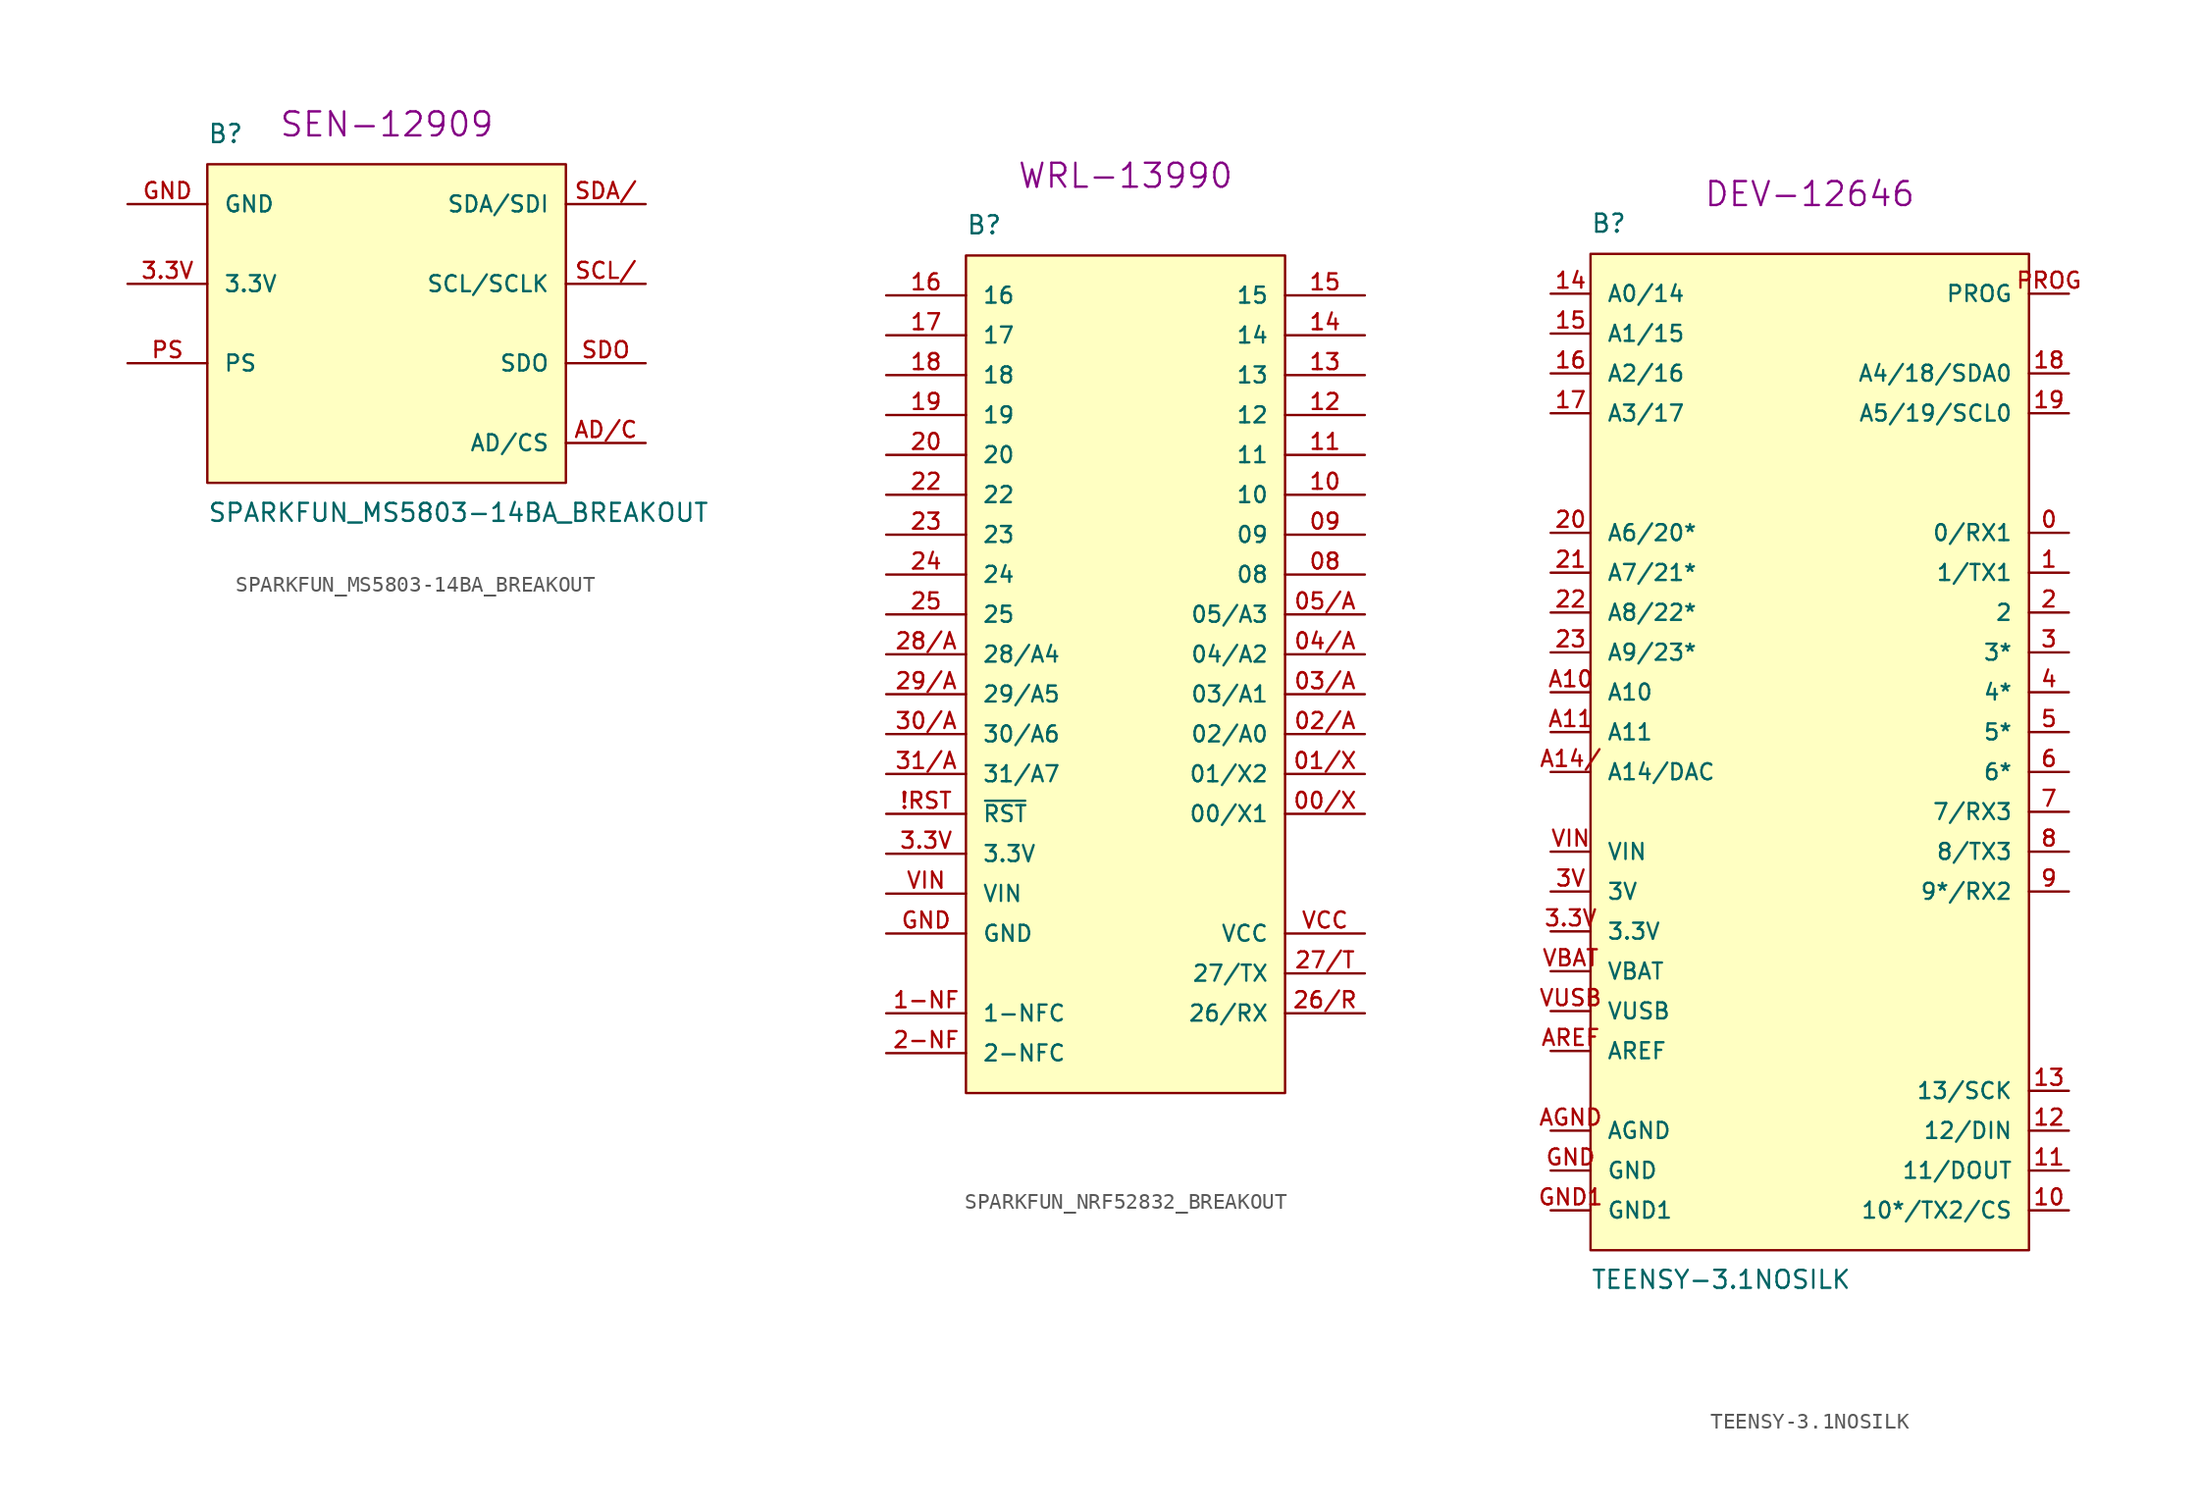
<source format=kicad_sym>
(kicad_symbol_lib
  (version 20201005)
  (generator kicad_symbol_editor)
  (symbol "SPARKFUN_MS5803-14BA_BREAKOUT"
    (pin_names
      (offset 1.016))
    (property "Reference" "B"
      (at -11.43 11.43 0)
      (effects (font (size 1.143 1.143)) (justify left bottom)))
    (property "Value" "SPARKFUN_MS5803-14BA_BREAKOUT"
      (at -11.43 -12.7 0)
      (effects (font (size 1.143 1.143)) (justify left bottom)))
    (property "Field4" "SEN-12909"
      (at 0 12.7 0)
      (effects (font (size 1.524 1.524))))
    (property "ki_locked" ""
      (at 0 0 0)
      (effects (font (size 1.27 1.27))))
    (symbol "SPARKFUN_MS5803-14BA_BREAKOUT_1_1"
      (polyline (pts (xy -11.43 10.16) (xy -11.43 -10.135) (xy 11.405 -10.135) (xy 11.405 10.16) (xy -11.43 10.16)) (stroke (width 0)) (fill (type background)))
      (pin bidirectional line (at -16.51 -2.515 0) (length 5.08) (name "PS" (effects (font (size 1.016 1.016)))) (number "PS" (effects (font (size 1.016 1.016)))))
      (pin bidirectional line (at -16.51 7.62 0) (length 5.08) (name "GND" (effects (font (size 1.016 1.016)))) (number "GND" (effects (font (size 1.016 1.016)))))
      (pin bidirectional line (at 16.485 -2.515 180) (length 5.08) (name "SDO" (effects (font (size 1.016 1.016)))) (number "SDO" (effects (font (size 1.016 1.016)))))
      (pin bidirectional line (at 16.485 7.62 180) (length 5.08) (name "SDA/SDI" (effects (font (size 1.016 1.016)))) (number "SDA/" (effects (font (size 1.016 1.016)))))
      (pin bidirectional line (at 16.485 2.54 180) (length 5.08) (name "SCL/SCLK" (effects (font (size 1.016 1.016)))) (number "SCL/" (effects (font (size 1.016 1.016)))))
      (pin bidirectional line (at 16.485 -7.595 180) (length 5.08) (name "AD/CS" (effects (font (size 1.016 1.016)))) (number "AD/C" (effects (font (size 1.016 1.016)))))
      (pin bidirectional line (at -16.51 2.54 0) (length 5.08) (name "3.3V" (effects (font (size 1.016 1.016)))) (number "3.3V" (effects (font (size 1.016 1.016)))))))
  (symbol "SPARKFUN_NRF52832_BREAKOUT"
    (pin_names
      (offset 1.016))
    (property "Reference" "B"
      (at -10.16 29.21 0)
      (effects (font (size 1.143 1.143)) (justify left bottom)))
    (property "Field4" "WRL-13990"
      (at 0 33.02 0)
      (effects (font (size 1.524 1.524))))
    (property "ki_locked" ""
      (at 0 0 0)
      (effects (font (size 1.27 1.27))))
    (symbol "SPARKFUN_NRF52832_BREAKOUT_1_1"
      (polyline (pts (xy -10.16 27.94) (xy -10.16 -25.4) (xy 10.16 -25.4) (xy 10.16 27.94) (xy -10.16 27.94)) (stroke (width 0)) (fill (type background)))
      (pin bidirectional line (at 15.24 12.7 180) (length 5.08) (name "10" (effects (font (size 1.016 1.016)))) (number "10" (effects (font (size 1.016 1.016)))))
      (pin bidirectional line (at -15.24 15.24 0) (length 5.08) (name "20" (effects (font (size 1.016 1.016)))) (number "20" (effects (font (size 1.016 1.016)))))
      (pin bidirectional line (at 15.24 15.24 180) (length 5.08) (name "11" (effects (font (size 1.016 1.016)))) (number "11" (effects (font (size 1.016 1.016)))))
      (pin bidirectional line (at 15.24 17.78 180) (length 5.08) (name "12" (effects (font (size 1.016 1.016)))) (number "12" (effects (font (size 1.016 1.016)))))
      (pin bidirectional line (at -15.24 12.7 0) (length 5.08) (name "22" (effects (font (size 1.016 1.016)))) (number "22" (effects (font (size 1.016 1.016)))))
      (pin bidirectional line (at 15.24 20.32 180) (length 5.08) (name "13" (effects (font (size 1.016 1.016)))) (number "13" (effects (font (size 1.016 1.016)))))
      (pin bidirectional line (at -15.24 10.16 0) (length 5.08) (name "23" (effects (font (size 1.016 1.016)))) (number "23" (effects (font (size 1.016 1.016)))))
      (pin bidirectional line (at 15.24 22.86 180) (length 5.08) (name "14" (effects (font (size 1.016 1.016)))) (number "14" (effects (font (size 1.016 1.016)))))
      (pin bidirectional line (at -15.24 7.62 0) (length 5.08) (name "24" (effects (font (size 1.016 1.016)))) (number "24" (effects (font (size 1.016 1.016)))))
      (pin bidirectional line (at 15.24 25.4 180) (length 5.08) (name "15" (effects (font (size 1.016 1.016)))) (number "15" (effects (font (size 1.016 1.016)))))
      (pin bidirectional line (at -15.24 5.08 0) (length 5.08) (name "25" (effects (font (size 1.016 1.016)))) (number "25" (effects (font (size 1.016 1.016)))))
      (pin bidirectional line (at -15.24 25.4 0) (length 5.08) (name "16" (effects (font (size 1.016 1.016)))) (number "16" (effects (font (size 1.016 1.016)))))
      (pin bidirectional line (at -15.24 22.86 0) (length 5.08) (name "17" (effects (font (size 1.016 1.016)))) (number "17" (effects (font (size 1.016 1.016)))))
      (pin bidirectional line (at 15.24 7.62 180) (length 5.08) (name "08" (effects (font (size 1.016 1.016)))) (number "08" (effects (font (size 1.016 1.016)))))
      (pin bidirectional line (at -15.24 20.32 0) (length 5.08) (name "18" (effects (font (size 1.016 1.016)))) (number "18" (effects (font (size 1.016 1.016)))))
      (pin bidirectional line (at 15.24 10.16 180) (length 5.08) (name "09" (effects (font (size 1.016 1.016)))) (number "09" (effects (font (size 1.016 1.016)))))
      (pin bidirectional line (at -15.24 17.78 0) (length 5.08) (name "19" (effects (font (size 1.016 1.016)))) (number "19" (effects (font (size 1.016 1.016)))))
      (pin bidirectional line (at 15.24 -15.24 180) (length 5.08) (name "VCC" (effects (font (size 1.016 1.016)))) (number "VCC" (effects (font (size 1.016 1.016)))))
      (pin bidirectional line (at -15.24 -15.24 0) (length 5.08) (name "GND" (effects (font (size 1.016 1.016)))) (number "GND" (effects (font (size 1.016 1.016)))))
      (pin bidirectional line (at -15.24 -12.7 0) (length 5.08) (name "VIN" (effects (font (size 1.016 1.016)))) (number "VIN" (effects (font (size 1.016 1.016)))))
      (pin bidirectional line (at -15.24 -15.24 0) (length 5.08) hide (name "GND" (effects (font (size 1.016 1.016)))) (number "GND1" (effects (font (size 1.016 1.016)))))
      (pin bidirectional line (at -15.24 -12.7 0) (length 5.08) hide (name "VIN" (effects (font (size 1.016 1.016)))) (number "VIN1" (effects (font (size 1.016 1.016)))))
      (pin bidirectional line (at -15.24 -15.24 0) (length 5.08) hide (name "GND" (effects (font (size 1.016 1.016)))) (number "GND2" (effects (font (size 1.016 1.016)))))
      (pin bidirectional line (at -15.24 -2.54 0) (length 5.08) (name "30/A6" (effects (font (size 1.016 1.016)))) (number "30/A" (effects (font (size 1.016 1.016)))))
      (pin bidirectional line (at -15.24 -5.08 0) (length 5.08) (name "31/A7" (effects (font (size 1.016 1.016)))) (number "31/A" (effects (font (size 1.016 1.016)))))
      (pin bidirectional line (at 15.24 -2.54 180) (length 5.08) (name "02/A0" (effects (font (size 1.016 1.016)))) (number "02/A" (effects (font (size 1.016 1.016)))))
      (pin bidirectional line (at 15.24 0 180) (length 5.08) (name "03/A1" (effects (font (size 1.016 1.016)))) (number "03/A" (effects (font (size 1.016 1.016)))))
      (pin bidirectional line (at 15.24 2.54 180) (length 5.08) (name "04/A2" (effects (font (size 1.016 1.016)))) (number "04/A" (effects (font (size 1.016 1.016)))))
      (pin bidirectional line (at 15.24 5.08 180) (length 5.08) (name "05/A3" (effects (font (size 1.016 1.016)))) (number "05/A" (effects (font (size 1.016 1.016)))))
      (pin bidirectional line (at -15.24 2.54 0) (length 5.08) (name "28/A4" (effects (font (size 1.016 1.016)))) (number "28/A" (effects (font (size 1.016 1.016)))))
      (pin bidirectional line (at -15.24 0 0) (length 5.08) (name "29/A5" (effects (font (size 1.016 1.016)))) (number "29/A" (effects (font (size 1.016 1.016)))))
      (pin bidirectional line (at -15.24 -20.32 0) (length 5.08) (name "1-NFC" (effects (font (size 1.016 1.016)))) (number "1-NF" (effects (font (size 1.016 1.016)))))
      (pin bidirectional line (at -15.24 -22.86 0) (length 5.08) (name "2-NFC" (effects (font (size 1.016 1.016)))) (number "2-NF" (effects (font (size 1.016 1.016)))))
      (pin bidirectional line (at 15.24 -20.32 180) (length 5.08) (name "26/RX" (effects (font (size 1.016 1.016)))) (number "26/R" (effects (font (size 1.016 1.016)))))
      (pin bidirectional line (at 15.24 -17.78 180) (length 5.08) (name "27/TX" (effects (font (size 1.016 1.016)))) (number "27/T" (effects (font (size 1.016 1.016)))))
      (pin bidirectional line (at -15.24 -7.62 0) (length 5.08) (name "~RST" (effects (font (size 1.016 1.016)))) (number "!RST" (effects (font (size 1.016 1.016)))))
      (pin bidirectional line (at -15.24 -10.16 0) (length 5.08) (name "3.3V" (effects (font (size 1.016 1.016)))) (number "3.3V" (effects (font (size 1.016 1.016)))))
      (pin bidirectional line (at -15.24 -10.16 0) (length 5.08) hide (name "3.3V" (effects (font (size 1.016 1.016)))) (number "3.3V" (effects (font (size 1.016 1.016)))))
      (pin bidirectional line (at 15.24 -7.62 180) (length 5.08) (name "00/X1" (effects (font (size 1.016 1.016)))) (number "00/X" (effects (font (size 1.016 1.016)))))
      (pin bidirectional line (at 15.24 -5.08 180) (length 5.08) (name "01/X2" (effects (font (size 1.016 1.016)))) (number "01/X" (effects (font (size 1.016 1.016)))))))
  (symbol "TEENSY-3.1NOSILK"
    (pin_names
      (offset 1.016))
    (property "Reference" "B"
      (at -13.97 31.75 0)
      (effects (font (size 1.143 1.143)) (justify left bottom)))
    (property "Value" "TEENSY-3.1NOSILK"
      (at -13.97 -35.56 0)
      (effects (font (size 1.143 1.143)) (justify left bottom)))
    (property "Field4" "DEV-12646"
      (at 0 34.29 0)
      (effects (font (size 1.524 1.524))))
    (property "ki_locked" ""
      (at 0 0 0)
      (effects (font (size 1.27 1.27))))
    (symbol "TEENSY-3.1NOSILK_1_1"
      (polyline (pts (xy -13.97 -33.02) (xy -13.97 30.48) (xy 13.97 30.48) (xy 13.97 -33.02) (xy -13.97 -33.02)) (stroke (width 0)) (fill (type background)))
      (pin bidirectional line (at 16.51 12.7 180) (length 2.54) (name "0/RX1" (effects (font (size 1.016 1.016)))) (number "0" (effects (font (size 1.016 1.016)))))
      (pin bidirectional line (at 16.51 10.16 180) (length 2.54) (name "1/TX1" (effects (font (size 1.016 1.016)))) (number "1" (effects (font (size 1.016 1.016)))))
      (pin bidirectional line (at 16.51 7.62 180) (length 2.54) (name "2" (effects (font (size 1.016 1.016)))) (number "2" (effects (font (size 1.016 1.016)))))
      (pin bidirectional line (at 16.51 5.08 180) (length 2.54) (name "3*" (effects (font (size 1.016 1.016)))) (number "3" (effects (font (size 1.016 1.016)))))
      (pin bidirectional line (at 16.51 2.54 180) (length 2.54) (name "4*" (effects (font (size 1.016 1.016)))) (number "4" (effects (font (size 1.016 1.016)))))
      (pin bidirectional line (at 16.51 0 180) (length 2.54) (name "5*" (effects (font (size 1.016 1.016)))) (number "5" (effects (font (size 1.016 1.016)))))
      (pin bidirectional line (at 16.51 -2.54 180) (length 2.54) (name "6*" (effects (font (size 1.016 1.016)))) (number "6" (effects (font (size 1.016 1.016)))))
      (pin bidirectional line (at 16.51 -5.08 180) (length 2.54) (name "7/RX3" (effects (font (size 1.016 1.016)))) (number "7" (effects (font (size 1.016 1.016)))))
      (pin bidirectional line (at 16.51 -7.62 180) (length 2.54) (name "8/TX3" (effects (font (size 1.016 1.016)))) (number "8" (effects (font (size 1.016 1.016)))))
      (pin bidirectional line (at 16.51 -10.16 180) (length 2.54) (name "9*/RX2" (effects (font (size 1.016 1.016)))) (number "9" (effects (font (size 1.016 1.016)))))
      (pin bidirectional line (at 16.51 -30.48 180) (length 2.54) (name "10*/TX2/CS" (effects (font (size 1.016 1.016)))) (number "10" (effects (font (size 1.016 1.016)))))
      (pin bidirectional line (at -16.51 12.7 0) (length 2.54) (name "A6/20*" (effects (font (size 1.016 1.016)))) (number "20" (effects (font (size 1.016 1.016)))))
      (pin bidirectional line (at 16.51 -27.94 180) (length 2.54) (name "11/DOUT" (effects (font (size 1.016 1.016)))) (number "11" (effects (font (size 1.016 1.016)))))
      (pin bidirectional line (at -16.51 10.16 0) (length 2.54) (name "A7/21*" (effects (font (size 1.016 1.016)))) (number "21" (effects (font (size 1.016 1.016)))))
      (pin bidirectional line (at 16.51 -25.4 180) (length 2.54) (name "12/DIN" (effects (font (size 1.016 1.016)))) (number "12" (effects (font (size 1.016 1.016)))))
      (pin bidirectional line (at -16.51 7.62 0) (length 2.54) (name "A8/22*" (effects (font (size 1.016 1.016)))) (number "22" (effects (font (size 1.016 1.016)))))
      (pin bidirectional line (at 16.51 -22.86 180) (length 2.54) (name "13/SCK" (effects (font (size 1.016 1.016)))) (number "13" (effects (font (size 1.016 1.016)))))
      (pin bidirectional line (at -16.51 5.08 0) (length 2.54) (name "A9/23*" (effects (font (size 1.016 1.016)))) (number "23" (effects (font (size 1.016 1.016)))))
      (pin bidirectional line (at -16.51 27.94 0) (length 2.54) (name "A0/14" (effects (font (size 1.016 1.016)))) (number "14" (effects (font (size 1.016 1.016)))))
      (pin bidirectional line (at -16.51 25.4 0) (length 2.54) (name "A1/15" (effects (font (size 1.016 1.016)))) (number "15" (effects (font (size 1.016 1.016)))))
      (pin bidirectional line (at -16.51 22.86 0) (length 2.54) (name "A2/16" (effects (font (size 1.016 1.016)))) (number "16" (effects (font (size 1.016 1.016)))))
      (pin bidirectional line (at -16.51 20.32 0) (length 2.54) (name "A3/17" (effects (font (size 1.016 1.016)))) (number "17" (effects (font (size 1.016 1.016)))))
      (pin bidirectional line (at 16.51 22.86 180) (length 2.54) (name "A4/18/SDA0" (effects (font (size 1.016 1.016)))) (number "18" (effects (font (size 1.016 1.016)))))
      (pin bidirectional line (at 16.51 20.32 180) (length 2.54) (name "A5/19/SCL0" (effects (font (size 1.016 1.016)))) (number "19" (effects (font (size 1.016 1.016)))))
      (pin power_in line (at -16.51 -10.16 0) (length 2.54) (name "3V" (effects (font (size 1.016 1.016)))) (number "3V" (effects (font (size 1.016 1.016)))))
      (pin bidirectional line (at -16.51 2.54 0) (length 2.54) (name "A10" (effects (font (size 1.016 1.016)))) (number "A10" (effects (font (size 1.016 1.016)))))
      (pin bidirectional line (at -16.51 0 0) (length 2.54) (name "A11" (effects (font (size 1.016 1.016)))) (number "A11" (effects (font (size 1.016 1.016)))))
      (pin power_in line (at -16.51 -27.94 0) (length 2.54) (name "GND" (effects (font (size 1.016 1.016)))) (number "GND" (effects (font (size 1.016 1.016)))))
      (pin power_in line (at -16.51 -7.62 0) (length 2.54) (name "VIN" (effects (font (size 1.016 1.016)))) (number "VIN" (effects (font (size 1.016 1.016)))))
      (pin bidirectional line (at -16.51 -2.54 0) (length 2.54) (name "A14/DAC" (effects (font (size 1.016 1.016)))) (number "A14/" (effects (font (size 1.016 1.016)))))
      (pin power_in line (at -16.51 -30.48 0) (length 2.54) (name "GND1" (effects (font (size 1.016 1.016)))) (number "GND1" (effects (font (size 1.016 1.016)))))
      (pin power_in line (at -16.51 -17.78 0) (length 2.54) (name "VUSB" (effects (font (size 1.016 1.016)))) (number "VUSB" (effects (font (size 1.016 1.016)))))
      (pin power_in line (at -16.51 -25.4 0) (length 2.54) (name "AGND" (effects (font (size 1.016 1.016)))) (number "AGND" (effects (font (size 1.016 1.016)))))
      (pin bidirectional line (at -16.51 -20.32 0) (length 2.54) (name "AREF" (effects (font (size 1.016 1.016)))) (number "AREF" (effects (font (size 1.016 1.016)))))
      (pin bidirectional line (at 16.51 27.94 180) (length 2.54) (name "PROG" (effects (font (size 1.016 1.016)))) (number "PROG" (effects (font (size 1.016 1.016)))))
      (pin power_in line (at -16.51 -15.24 0) (length 2.54) (name "VBAT" (effects (font (size 1.016 1.016)))) (number "VBAT" (effects (font (size 1.016 1.016)))))
      (pin power_in line (at -16.51 -12.7 0) (length 2.54) (name "3.3V" (effects (font (size 1.016 1.016)))) (number "3.3V" (effects (font (size 1.016 1.016))))))))
</source>
